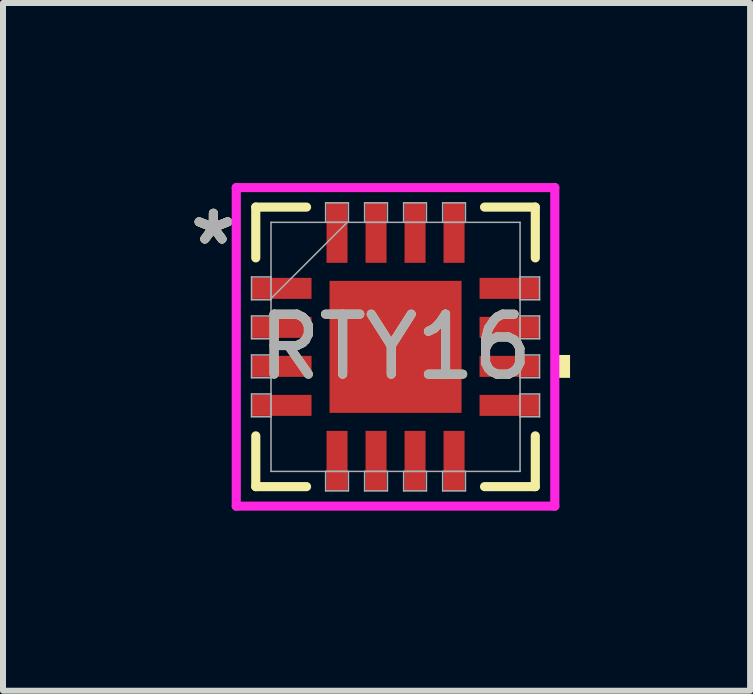
<source format=kicad_pcb>
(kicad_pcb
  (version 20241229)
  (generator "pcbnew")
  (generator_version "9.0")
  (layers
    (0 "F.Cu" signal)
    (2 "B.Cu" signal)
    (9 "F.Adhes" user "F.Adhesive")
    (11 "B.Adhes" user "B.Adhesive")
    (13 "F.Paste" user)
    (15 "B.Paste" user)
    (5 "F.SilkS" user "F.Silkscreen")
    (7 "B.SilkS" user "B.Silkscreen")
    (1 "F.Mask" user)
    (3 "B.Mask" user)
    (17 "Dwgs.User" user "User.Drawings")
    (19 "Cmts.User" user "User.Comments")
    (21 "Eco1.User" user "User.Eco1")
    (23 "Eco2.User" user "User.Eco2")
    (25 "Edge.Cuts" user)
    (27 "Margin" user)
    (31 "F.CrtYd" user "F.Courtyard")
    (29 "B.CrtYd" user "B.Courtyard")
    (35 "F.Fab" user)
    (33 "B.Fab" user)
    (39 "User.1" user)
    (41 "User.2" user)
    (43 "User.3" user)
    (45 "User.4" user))
  (footprint "RTY16"
    (layer "F.Cu")
    (at 3.541 2.73)
    (property "Reference" "RTY16" (at 0 0 0) (unlocked yes) (layer "F.SilkS") (effects (font (size 1 1) (thickness 0.15))))
    (attr smd)
    (fp_poly (pts (xy -2.435 -1.185) (xy -2.435 -0.765) (xy -1.365 -0.765) (xy -1.365 -1.185)) (stroke (width 0) (type solid)) (fill yes) (layer "F.Mask"))
    (fp_poly (pts (xy -2.435 -0.535) (xy -2.435 -0.115) (xy -1.365 -0.115) (xy -1.365 -0.535)) (stroke (width 0) (type solid)) (fill yes) (layer "F.Mask"))
    (fp_poly (pts (xy -2.435 0.115) (xy -2.435 0.535) (xy -1.365 0.535) (xy -1.365 0.115)) (stroke (width 0) (type solid)) (fill yes) (layer "F.Mask"))
    (fp_poly (pts (xy -2.435 0.765) (xy -2.435 1.185) (xy -1.365 1.185) (xy -1.365 0.765)) (stroke (width 0) (type solid)) (fill yes) (layer "F.Mask"))
    (fp_poly (pts (xy -1.185 -2.435) (xy -1.185 -1.365) (xy -0.765 -1.365) (xy -0.765 -2.435)) (stroke (width 0) (type solid)) (fill yes) (layer "F.Mask"))
    (fp_poly (pts (xy -1.185 1.365) (xy -1.185 2.435) (xy -0.765 2.435) (xy -0.765 1.365)) (stroke (width 0) (type solid)) (fill yes) (layer "F.Mask"))
    (fp_poly (pts (xy -1.163 -1.163) (xy -0.594 -1.163) (xy -0.594 1.163) (xy -1.163 1.163)) (stroke (width 0) (type solid)) (fill yes) (layer "F.Mask"))
    (fp_poly (pts (xy -1.163 -1.163) (xy 1.163 -1.163) (xy 1.163 -0.594) (xy -1.163 -0.594)) (stroke (width 0) (type solid)) (fill yes) (layer "F.Mask"))
    (fp_poly (pts (xy -1.163 -0.194) (xy 1.163 -0.194) (xy 1.163 0.194) (xy -1.163 0.194)) (stroke (width 0) (type solid)) (fill yes) (layer "F.Mask"))
    (fp_poly (pts (xy -1.163 0.594) (xy 1.163 0.594) (xy 1.163 1.163) (xy -1.163 1.163)) (stroke (width 0) (type solid)) (fill yes) (layer "F.Mask"))
    (fp_poly (pts (xy -0.535 -2.435) (xy -0.535 -1.365) (xy -0.115 -1.365) (xy -0.115 -2.435)) (stroke (width 0) (type solid)) (fill yes) (layer "F.Mask"))
    (fp_poly (pts (xy -0.535 1.365) (xy -0.535 2.435) (xy -0.115 2.435) (xy -0.115 1.365)) (stroke (width 0) (type solid)) (fill yes) (layer "F.Mask"))
    (fp_poly (pts (xy 0.115 -2.435) (xy 0.115 -1.365) (xy 0.535 -1.365) (xy 0.535 -2.435)) (stroke (width 0) (type solid)) (fill yes) (layer "F.Mask"))
    (fp_poly (pts (xy 0.115 1.365) (xy 0.115 2.435) (xy 0.535 2.435) (xy 0.535 1.365)) (stroke (width 0) (type solid)) (fill yes) (layer "F.Mask"))
    (fp_poly (pts (xy 0.194 -1.163) (xy -0.194 -1.163) (xy -0.194 1.163) (xy 0.194 1.163)) (stroke (width 0) (type solid)) (fill yes) (layer "F.Mask"))
    (fp_poly (pts (xy 0.594 -1.163) (xy 1.163 -1.163) (xy 1.163 1.163) (xy 0.594 1.163)) (stroke (width 0) (type solid)) (fill yes) (layer "F.Mask"))
    (fp_poly (pts (xy 0.765 -2.435) (xy 0.765 -1.365) (xy 1.185 -1.365) (xy 1.185 -2.435)) (stroke (width 0) (type solid)) (fill yes) (layer "F.Mask"))
    (fp_poly (pts (xy 0.765 1.365) (xy 0.765 2.435) (xy 1.185 2.435) (xy 1.185 1.365)) (stroke (width 0) (type solid)) (fill yes) (layer "F.Mask"))
    (fp_poly (pts (xy 1.365 -1.185) (xy 1.365 -0.765) (xy 2.435 -0.765) (xy 2.435 -1.185)) (stroke (width 0) (type solid)) (fill yes) (layer "F.Mask"))
    (fp_poly (pts (xy 1.365 -0.535) (xy 1.365 -0.115) (xy 2.435 -0.115) (xy 2.435 -0.535)) (stroke (width 0) (type solid)) (fill yes) (layer "F.Mask"))
    (fp_poly (pts (xy 1.365 0.115) (xy 1.365 0.535) (xy 2.435 0.535) (xy 2.435 0.115)) (stroke (width 0) (type solid)) (fill yes) (layer "F.Mask"))
    (fp_poly (pts (xy 1.365 0.765) (xy 1.365 1.185) (xy 2.435 1.185) (xy 2.435 0.765)) (stroke (width 0) (type solid)) (fill yes) (layer "F.Mask"))
    (fp_line (start -2.329 -2.329) (end -2.329 -1.483) (stroke (width 0.152) (type solid)) (layer "F.SilkS"))
    (fp_line (start -2.329 1.483) (end -2.329 2.329) (stroke (width 0.152) (type solid)) (layer "F.SilkS"))
    (fp_line (start -2.329 2.329) (end -1.483 2.329) (stroke (width 0.152) (type solid)) (layer "F.SilkS"))
    (fp_line (start -1.483 -2.329) (end -2.329 -2.329) (stroke (width 0.152) (type solid)) (layer "F.SilkS"))
    (fp_line (start 1.483 2.329) (end 2.329 2.329) (stroke (width 0.152) (type solid)) (layer "F.SilkS"))
    (fp_line (start 2.329 -2.329) (end 1.483 -2.329) (stroke (width 0.152) (type solid)) (layer "F.SilkS"))
    (fp_line (start 2.329 -1.483) (end 2.329 -2.329) (stroke (width 0.152) (type solid)) (layer "F.SilkS"))
    (fp_line (start 2.329 2.329) (end 2.329 1.483) (stroke (width 0.152) (type solid)) (layer "F.SilkS"))
    (fp_poly (pts (xy 2.908 0.135) (xy 2.908 0.516) (xy 2.654 0.516) (xy 2.654 0.135)) (stroke (width 0) (type solid)) (fill yes) (layer "F.SilkS"))
    (fp_poly (pts (xy -2.399 -1.149) (xy -2.399 -0.801) (xy -1.401 -0.801) (xy -1.401 -1.149)) (stroke (width 0) (type solid)) (fill yes) (layer "F.Paste"))
    (fp_poly (pts (xy -2.399 -0.499) (xy -2.399 -0.151) (xy -1.401 -0.151) (xy -1.401 -0.499)) (stroke (width 0) (type solid)) (fill yes) (layer "F.Paste"))
    (fp_poly (pts (xy -2.399 0.151) (xy -2.399 0.499) (xy -1.401 0.499) (xy -1.401 0.151)) (stroke (width 0) (type solid)) (fill yes) (layer "F.Paste"))
    (fp_poly (pts (xy -2.399 0.801) (xy -2.399 1.149) (xy -1.401 1.149) (xy -1.401 0.801)) (stroke (width 0) (type solid)) (fill yes) (layer "F.Paste"))
    (fp_poly (pts (xy -1.149 -2.399) (xy -1.149 -1.401) (xy -0.801 -1.401) (xy -0.801 -2.399)) (stroke (width 0) (type solid)) (fill yes) (layer "F.Paste"))
    (fp_poly (pts (xy -1.149 1.401) (xy -1.149 2.399) (xy -0.801 2.399) (xy -0.801 1.401)) (stroke (width 0) (type solid)) (fill yes) (layer "F.Paste"))
    (fp_poly (pts (xy -0.499 -2.399) (xy -0.499 -1.401) (xy -0.151 -1.401) (xy -0.151 -2.399)) (stroke (width 0) (type solid)) (fill yes) (layer "F.Paste"))
    (fp_poly (pts (xy -0.499 1.401) (xy -0.499 2.399) (xy -0.151 2.399) (xy -0.151 1.401)) (stroke (width 0) (type solid)) (fill yes) (layer "F.Paste"))
    (fp_poly (pts (xy 0.151 -2.399) (xy 0.151 -1.401) (xy 0.499 -1.401) (xy 0.499 -2.399)) (stroke (width 0) (type solid)) (fill yes) (layer "F.Paste"))
    (fp_poly (pts (xy 0.151 1.401) (xy 0.151 2.399) (xy 0.499 2.399) (xy 0.499 1.401)) (stroke (width 0) (type solid)) (fill yes) (layer "F.Paste"))
    (fp_poly (pts (xy 0.801 -2.399) (xy 0.801 -1.401) (xy 1.149 -1.401) (xy 1.149 -2.399)) (stroke (width 0) (type solid)) (fill yes) (layer "F.Paste"))
    (fp_poly (pts (xy 0.801 1.401) (xy 0.801 2.399) (xy 1.149 2.399) (xy 1.149 1.401)) (stroke (width 0) (type solid)) (fill yes) (layer "F.Paste"))
    (fp_poly (pts (xy 1.401 -1.149) (xy 1.401 -0.801) (xy 2.399 -0.801) (xy 2.399 -1.149)) (stroke (width 0) (type solid)) (fill yes) (layer "F.Paste"))
    (fp_poly (pts (xy 1.401 -0.499) (xy 1.401 -0.151) (xy 2.399 -0.151) (xy 2.399 -0.499)) (stroke (width 0) (type solid)) (fill yes) (layer "F.Paste"))
    (fp_poly (pts (xy 1.401 0.151) (xy 1.401 0.499) (xy 2.399 0.499) (xy 2.399 0.151)) (stroke (width 0) (type solid)) (fill yes) (layer "F.Paste"))
    (fp_poly (pts (xy 1.401 0.801) (xy 1.401 1.149) (xy 2.399 1.149) (xy 2.399 0.801)) (stroke (width 0) (type solid)) (fill yes) (layer "F.Paste"))
    (fp_poly (pts (xy -1.025 -1.025) (xy -1.025 -0.494) (xy -0.635 -0.494) (xy -0.494 -0.635) (xy -0.494 -1.025)) (stroke (width 0) (type solid)) (fill yes) (layer "F.Paste"))
    (fp_poly (pts (xy -1.025 0.494) (xy -1.025 1.025) (xy -0.494 1.025) (xy -0.494 0.635) (xy -0.635 0.494)) (stroke (width 0) (type solid)) (fill yes) (layer "F.Paste"))
    (fp_poly (pts (xy 0.494 -1.025) (xy 0.494 -0.635) (xy 0.635 -0.494) (xy 1.025 -0.494) (xy 1.025 -1.025)) (stroke (width 0) (type solid)) (fill yes) (layer "F.Paste"))
    (fp_poly (pts (xy 0.635 0.494) (xy 0.494 0.635) (xy 0.494 1.025) (xy 1.025 1.025) (xy 1.025 0.494)) (stroke (width 0) (type solid)) (fill yes) (layer "F.Paste"))
    (fp_poly (pts (xy -1.025 -0.294) (xy -1.025 0.294) (xy -0.635 0.294) (xy -0.494 0.152) (xy -0.494 -0.152) (xy -0.635 -0.294)) (stroke (width 0) (type solid)) (fill yes) (layer "F.Paste"))
    (fp_poly (pts (xy -0.294 -1.025) (xy -0.294 -0.635) (xy -0.152 -0.494) (xy 0.152 -0.494) (xy 0.294 -0.635) (xy 0.294 -1.025)) (stroke (width 0) (type solid)) (fill yes) (layer "F.Paste"))
    (fp_poly (pts (xy -0.152 0.494) (xy -0.294 0.635) (xy -0.294 1.025) (xy 0.294 1.025) (xy 0.294 0.635) (xy 0.152 0.494)) (stroke (width 0) (type solid)) (fill yes) (layer "F.Paste"))
    (fp_poly (pts (xy 0.635 -0.294) (xy 0.494 -0.152) (xy 0.494 0.152) (xy 0.635 0.294) (xy 1.025 0.294) (xy 1.025 -0.294)) (stroke (width 0) (type solid)) (fill yes) (layer "F.Paste"))
    (fp_poly (pts (xy -0.152 -0.294) (xy -0.294 -0.152) (xy -0.294 0.152) (xy -0.152 0.294) (xy 0.152 0.294) (xy 0.294 0.152) (xy 0.294 -0.152) (xy 0.152 -0.294)) (stroke (width 0) (type solid)) (fill yes) (layer "F.Paste"))
    (fp_line (start -2.654 -2.654) (end 2.654 -2.654) (stroke (width 0.152) (type solid)) (layer "F.CrtYd"))
    (fp_line (start -2.654 2.654) (end -2.654 -2.654) (stroke (width 0.152) (type solid)) (layer "F.CrtYd"))
    (fp_line (start 2.654 -2.654) (end 2.654 2.654) (stroke (width 0.152) (type solid)) (layer "F.CrtYd"))
    (fp_line (start 2.654 2.654) (end -2.654 2.654) (stroke (width 0.152) (type solid)) (layer "F.CrtYd"))
    (fp_line (start -2.4 -1.165) (end -2.4 -0.785) (stroke (width 0.025) (type solid)) (layer "F.Fab"))
    (fp_line (start -2.4 -0.785) (end -2.075 -0.785) (stroke (width 0.025) (type solid)) (layer "F.Fab"))
    (fp_line (start -2.4 -0.515) (end -2.4 -0.135) (stroke (width 0.025) (type solid)) (layer "F.Fab"))
    (fp_line (start -2.4 -0.135) (end -2.075 -0.135) (stroke (width 0.025) (type solid)) (layer "F.Fab"))
    (fp_line (start -2.4 0.135) (end -2.4 0.515) (stroke (width 0.025) (type solid)) (layer "F.Fab"))
    (fp_line (start -2.4 0.515) (end -2.075 0.515) (stroke (width 0.025) (type solid)) (layer "F.Fab"))
    (fp_line (start -2.4 0.785) (end -2.4 1.165) (stroke (width 0.025) (type solid)) (layer "F.Fab"))
    (fp_line (start -2.4 1.165) (end -2.075 1.165) (stroke (width 0.025) (type solid)) (layer "F.Fab"))
    (fp_line (start -2.075 -2.075) (end -2.075 2.075) (stroke (width 0.025) (type solid)) (layer "F.Fab"))
    (fp_line (start -2.075 -1.165) (end -2.4 -1.165) (stroke (width 0.025) (type solid)) (layer "F.Fab"))
    (fp_line (start -2.075 -0.805) (end -0.805 -2.075) (stroke (width 0.025) (type solid)) (layer "F.Fab"))
    (fp_line (start -2.075 -0.785) (end -2.075 -1.165) (stroke (width 0.025) (type solid)) (layer "F.Fab"))
    (fp_line (start -2.075 -0.515) (end -2.4 -0.515) (stroke (width 0.025) (type solid)) (layer "F.Fab"))
    (fp_line (start -2.075 -0.135) (end -2.075 -0.515) (stroke (width 0.025) (type solid)) (layer "F.Fab"))
    (fp_line (start -2.075 0.135) (end -2.4 0.135) (stroke (width 0.025) (type solid)) (layer "F.Fab"))
    (fp_line (start -2.075 0.515) (end -2.075 0.135) (stroke (width 0.025) (type solid)) (layer "F.Fab"))
    (fp_line (start -2.075 0.785) (end -2.4 0.785) (stroke (width 0.025) (type solid)) (layer "F.Fab"))
    (fp_line (start -2.075 1.165) (end -2.075 0.785) (stroke (width 0.025) (type solid)) (layer "F.Fab"))
    (fp_line (start -2.075 2.075) (end 2.075 2.075) (stroke (width 0.025) (type solid)) (layer "F.Fab"))
    (fp_line (start -1.165 -2.4) (end -1.165 -2.075) (stroke (width 0.025) (type solid)) (layer "F.Fab"))
    (fp_line (start -1.165 -2.075) (end -0.785 -2.075) (stroke (width 0.025) (type solid)) (layer "F.Fab"))
    (fp_line (start -1.165 2.075) (end -1.165 2.4) (stroke (width 0.025) (type solid)) (layer "F.Fab"))
    (fp_line (start -1.165 2.4) (end -0.785 2.4) (stroke (width 0.025) (type solid)) (layer "F.Fab"))
    (fp_line (start -0.785 -2.4) (end -1.165 -2.4) (stroke (width 0.025) (type solid)) (layer "F.Fab"))
    (fp_line (start -0.785 -2.075) (end -0.785 -2.4) (stroke (width 0.025) (type solid)) (layer "F.Fab"))
    (fp_line (start -0.785 2.075) (end -1.165 2.075) (stroke (width 0.025) (type solid)) (layer "F.Fab"))
    (fp_line (start -0.785 2.4) (end -0.785 2.075) (stroke (width 0.025) (type solid)) (layer "F.Fab"))
    (fp_line (start -0.515 -2.4) (end -0.515 -2.075) (stroke (width 0.025) (type solid)) (layer "F.Fab"))
    (fp_line (start -0.515 -2.075) (end -0.135 -2.075) (stroke (width 0.025) (type solid)) (layer "F.Fab"))
    (fp_line (start -0.515 2.075) (end -0.515 2.4) (stroke (width 0.025) (type solid)) (layer "F.Fab"))
    (fp_line (start -0.515 2.4) (end -0.135 2.4) (stroke (width 0.025) (type solid)) (layer "F.Fab"))
    (fp_line (start -0.135 -2.4) (end -0.515 -2.4) (stroke (width 0.025) (type solid)) (layer "F.Fab"))
    (fp_line (start -0.135 -2.075) (end -0.135 -2.4) (stroke (width 0.025) (type solid)) (layer "F.Fab"))
    (fp_line (start -0.135 2.075) (end -0.515 2.075) (stroke (width 0.025) (type solid)) (layer "F.Fab"))
    (fp_line (start -0.135 2.4) (end -0.135 2.075) (stroke (width 0.025) (type solid)) (layer "F.Fab"))
    (fp_line (start 0.135 -2.4) (end 0.135 -2.075) (stroke (width 0.025) (type solid)) (layer "F.Fab"))
    (fp_line (start 0.135 -2.075) (end 0.515 -2.075) (stroke (width 0.025) (type solid)) (layer "F.Fab"))
    (fp_line (start 0.135 2.075) (end 0.135 2.4) (stroke (width 0.025) (type solid)) (layer "F.Fab"))
    (fp_line (start 0.135 2.4) (end 0.515 2.4) (stroke (width 0.025) (type solid)) (layer "F.Fab"))
    (fp_line (start 0.515 -2.4) (end 0.135 -2.4) (stroke (width 0.025) (type solid)) (layer "F.Fab"))
    (fp_line (start 0.515 -2.075) (end 0.515 -2.4) (stroke (width 0.025) (type solid)) (layer "F.Fab"))
    (fp_line (start 0.515 2.075) (end 0.135 2.075) (stroke (width 0.025) (type solid)) (layer "F.Fab"))
    (fp_line (start 0.515 2.4) (end 0.515 2.075) (stroke (width 0.025) (type solid)) (layer "F.Fab"))
    (fp_line (start 0.785 -2.4) (end 0.785 -2.075) (stroke (width 0.025) (type solid)) (layer "F.Fab"))
    (fp_line (start 0.785 -2.075) (end 1.165 -2.075) (stroke (width 0.025) (type solid)) (layer "F.Fab"))
    (fp_line (start 0.785 2.075) (end 0.785 2.4) (stroke (width 0.025) (type solid)) (layer "F.Fab"))
    (fp_line (start 0.785 2.4) (end 1.165 2.4) (stroke (width 0.025) (type solid)) (layer "F.Fab"))
    (fp_line (start 1.165 -2.4) (end 0.785 -2.4) (stroke (width 0.025) (type solid)) (layer "F.Fab"))
    (fp_line (start 1.165 -2.075) (end 1.165 -2.4) (stroke (width 0.025) (type solid)) (layer "F.Fab"))
    (fp_line (start 1.165 2.075) (end 0.785 2.075) (stroke (width 0.025) (type solid)) (layer "F.Fab"))
    (fp_line (start 1.165 2.4) (end 1.165 2.075) (stroke (width 0.025) (type solid)) (layer "F.Fab"))
    (fp_line (start 2.075 -2.075) (end -2.075 -2.075) (stroke (width 0.025) (type solid)) (layer "F.Fab"))
    (fp_line (start 2.075 -1.165) (end 2.075 -0.785) (stroke (width 0.025) (type solid)) (layer "F.Fab"))
    (fp_line (start 2.075 -0.785) (end 2.4 -0.785) (stroke (width 0.025) (type solid)) (layer "F.Fab"))
    (fp_line (start 2.075 -0.515) (end 2.075 -0.135) (stroke (width 0.025) (type solid)) (layer "F.Fab"))
    (fp_line (start 2.075 -0.135) (end 2.4 -0.135) (stroke (width 0.025) (type solid)) (layer "F.Fab"))
    (fp_line (start 2.075 0.135) (end 2.075 0.515) (stroke (width 0.025) (type solid)) (layer "F.Fab"))
    (fp_line (start 2.075 0.515) (end 2.4 0.515) (stroke (width 0.025) (type solid)) (layer "F.Fab"))
    (fp_line (start 2.075 0.785) (end 2.075 1.165) (stroke (width 0.025) (type solid)) (layer "F.Fab"))
    (fp_line (start 2.075 1.165) (end 2.4 1.165) (stroke (width 0.025) (type solid)) (layer "F.Fab"))
    (fp_line (start 2.075 2.075) (end 2.075 -2.075) (stroke (width 0.025) (type solid)) (layer "F.Fab"))
    (fp_line (start 2.4 -1.165) (end 2.075 -1.165) (stroke (width 0.025) (type solid)) (layer "F.Fab"))
    (fp_line (start 2.4 -0.785) (end 2.4 -1.165) (stroke (width 0.025) (type solid)) (layer "F.Fab"))
    (fp_line (start 2.4 -0.515) (end 2.075 -0.515) (stroke (width 0.025) (type solid)) (layer "F.Fab"))
    (fp_line (start 2.4 -0.135) (end 2.4 -0.515) (stroke (width 0.025) (type solid)) (layer "F.Fab"))
    (fp_line (start 2.4 0.135) (end 2.075 0.135) (stroke (width 0.025) (type solid)) (layer "F.Fab"))
    (fp_line (start 2.4 0.515) (end 2.4 0.135) (stroke (width 0.025) (type solid)) (layer "F.Fab"))
    (fp_line (start 2.4 0.785) (end 2.075 0.785) (stroke (width 0.025) (type solid)) (layer "F.Fab"))
    (fp_line (start 2.4 1.165) (end 2.4 0.785) (stroke (width 0.025) (type solid)) (layer "F.Fab"))
    (fp_text user "*" (at -3.035 -1.681 0) (layer "F.SilkS") (effects (font (size 1 1) (thickness 0.15))))
    (fp_text user "*" (at -3.035 -1.681 0) (unlocked yes) (layer "F.SilkS") (effects (font (size 1 1) (thickness 0.15))))
    (fp_text user "${REFERENCE}" (at 0 0 0) (unlocked yes) (layer "F.Fab") (effects (font (size 1 1) (thickness 0.15))))
    (fp_text user "*" (at -3.035 -1.681 0) (unlocked yes) (layer "F.Fab") (effects (font (size 1 1) (thickness 0.15))))
    (fp_text user "*" (at -3.035 -1.681 0) (layer "F.Fab") (effects (font (size 1 1) (thickness 0.15))))
    (pad "1" smd rect (at -1.9 -0.975 90) (size 0.35 1) (layers "F.Cu" "F.Mask"))
    (pad "2" smd rect (at -1.9 -0.325 90) (size 0.35 1) (layers "F.Cu" "F.Mask"))
    (pad "3" smd rect (at -1.9 0.325 90) (size 0.35 1) (layers "F.Cu" "F.Mask"))
    (pad "4" smd rect (at -1.9 0.975 90) (size 0.35 1) (layers "F.Cu" "F.Mask"))
    (pad "5" smd rect (at -0.975 1.9) (size 0.35 1) (layers "F.Cu" "F.Mask"))
    (pad "6" smd rect (at -0.325 1.9) (size 0.35 1) (layers "F.Cu" "F.Mask"))
    (pad "7" smd rect (at 0.325 1.9) (size 0.35 1) (layers "F.Cu" "F.Mask"))
    (pad "8" smd rect (at 0.975 1.9) (size 0.35 1) (layers "F.Cu" "F.Mask"))
    (pad "9" smd rect (at 1.9 0.975 90) (size 0.35 1) (layers "F.Cu" "F.Mask"))
    (pad "10" smd rect (at 1.9 0.325 90) (size 0.35 1) (layers "F.Cu" "F.Mask"))
    (pad "11" smd rect (at 1.9 -0.325 90) (size 0.35 1) (layers "F.Cu" "F.Mask"))
    (pad "12" smd rect (at 1.9 -0.975 90) (size 0.35 1) (layers "F.Cu" "F.Mask"))
    (pad "13" smd rect (at 0.975 -1.9) (size 0.35 1) (layers "F.Cu" "F.Mask"))
    (pad "14" smd rect (at 0.325 -1.9) (size 0.35 1) (layers "F.Cu" "F.Mask"))
    (pad "15" smd rect (at -0.325 -1.9) (size 0.35 1) (layers "F.Cu" "F.Mask"))
    (pad "16" smd rect (at -0.975 -1.9) (size 0.35 1) (layers "F.Cu" "F.Mask"))
    (pad "17" smd rect (at 0 0) (size 2.2 2.2) (layers "F.Cu"))
    (pad "V" smd circle (at -0.394 -0.394) (size 0.3 0.3) (layers "F.Cu" "F.Mask" "F.Paste"))
    (pad "V" smd circle (at -0.394 0.394) (size 0.3 0.3) (layers "F.Cu" "F.Mask" "F.Paste"))
    (pad "V" smd circle (at 0.394 -0.394) (size 0.3 0.3) (layers "F.Cu" "F.Mask" "F.Paste"))
    (pad "V" smd circle (at 0.394 0.394) (size 0.3 0.3) (layers "F.Cu" "F.Mask" "F.Paste")))
  (gr_rect
    (start -3 -3)
    (end 9.449 8.46)
    (stroke (width 0.1) (type default))
    (fill no)
    (layer "Edge.Cuts")))
</source>
